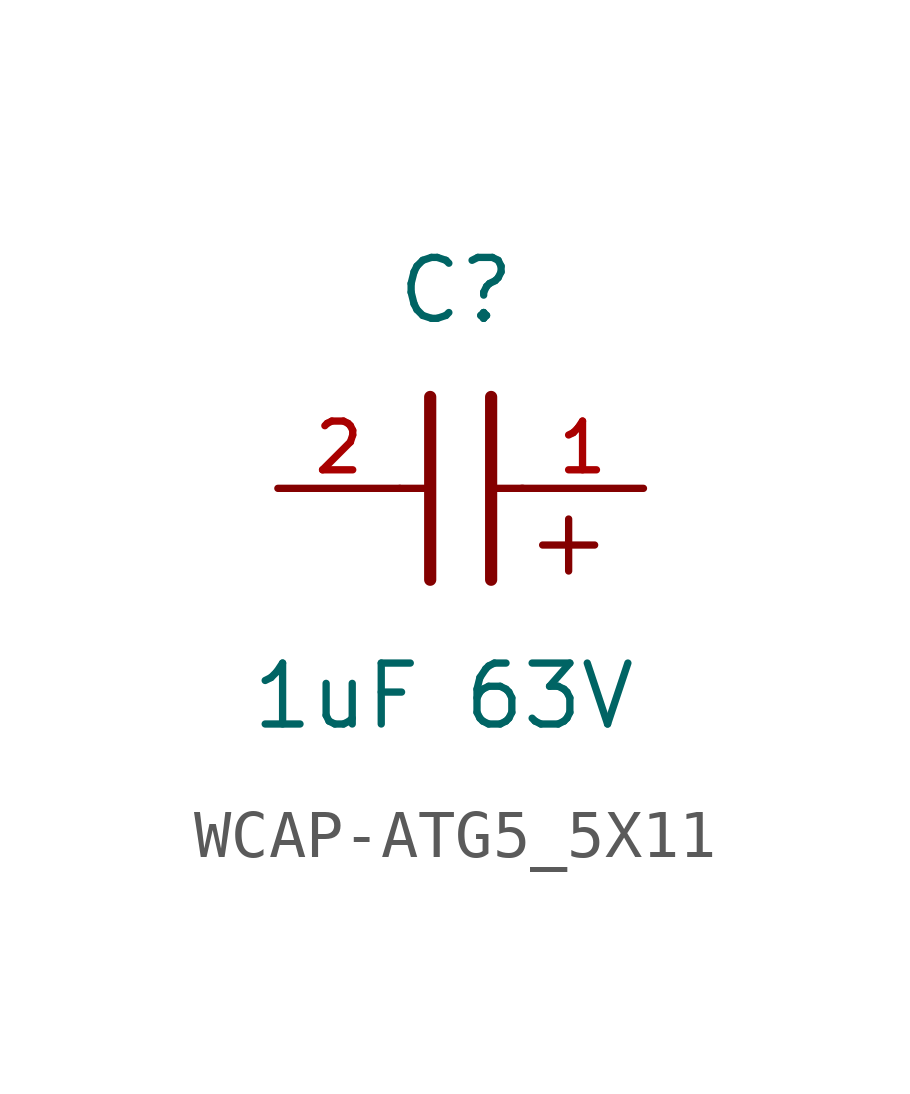
<source format=kicad_sym>
(kicad_symbol_lib
  (version 20211014)
  (generator kicad_symbol_editor)
  (symbol "WCAP-ATG5_5X11"
    (pin_names
      (offset 1.016))
    (property "Reference" "C"
      (at 1.175 3.38 0)
      (effects (font (size 1.27 1.27)) (justify bottom)))
    (property "Value" "1uF 63V"
      (at 0.915 -5.075 0)
      (effects (font (size 1.27 1.27)) (justify bottom)))
    (symbol "WCAP-ATG5_5X11_0_0"
      (text "+" (at 2.54 -1.905 0) (effects (font (size 1.422 1.422)) (justify bottom left)))
      (polyline (pts (xy 1.905 1.905) (xy 1.905 -1.905)) (stroke (width 0.254)))
      (polyline (pts (xy 0.635 -1.905) (xy 0.635 1.905)) (stroke (width 0.254)))
      (polyline (pts (xy 0.0 0.0) (xy 0.643 0.0)) (stroke (width 0.152)))
      (polyline (pts (xy 1.928 0.0) (xy 2.57 0.0)) (stroke (width 0.152)))
      (pin passive line (at 5.08 0.0 180.0) (length 2.54) (name "~" (effects (font (size 1.016 1.016)))) (number "1" (effects (font (size 1.016 1.016)))))
      (pin passive line (at -2.54 0.0 0) (length 2.54) (name "~" (effects (font (size 1.016 1.016)))) (number "2" (effects (font (size 1.016 1.016))))))))
</source>
